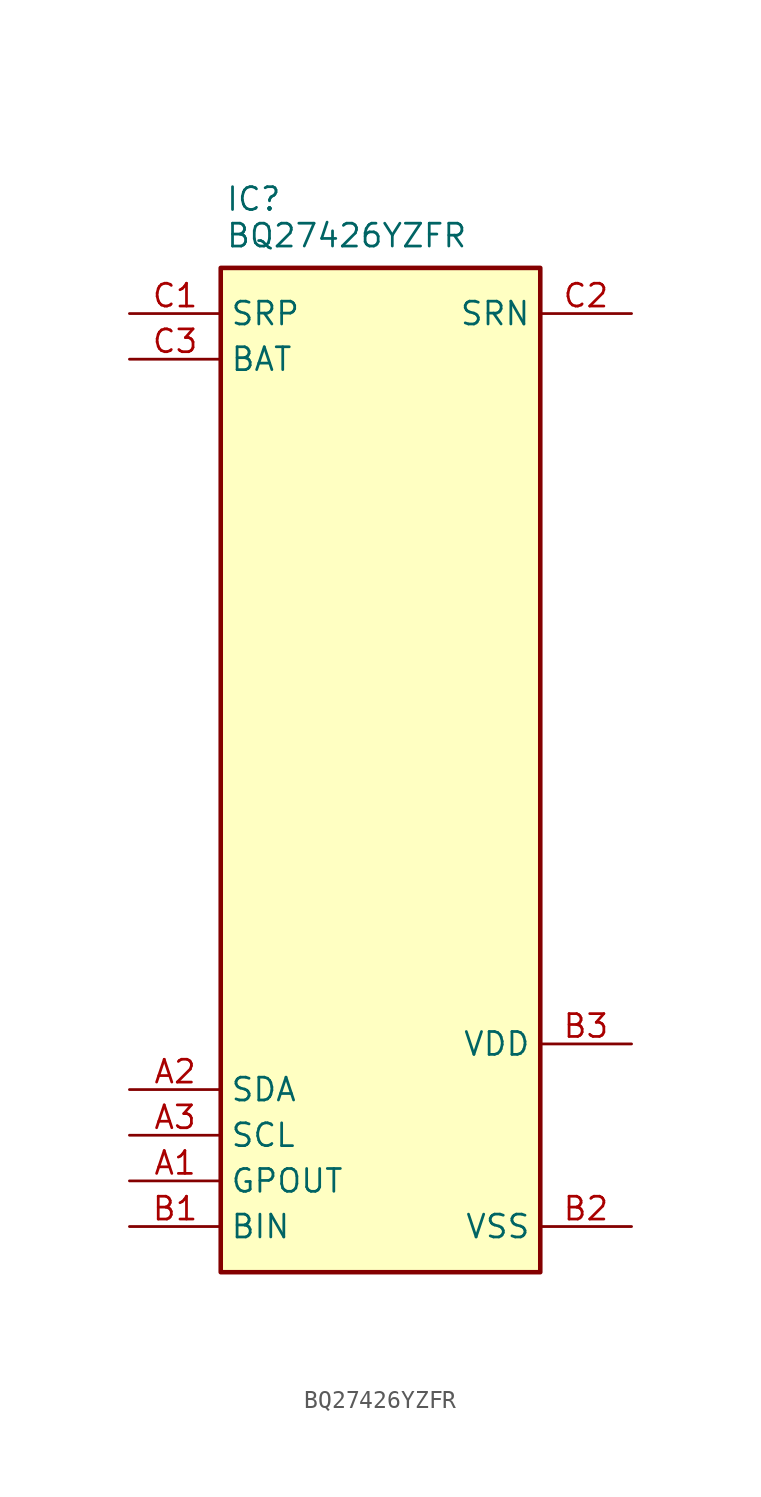
<source format=kicad_sym>
(kicad_symbol_lib
  (version 20241209)
  (generator "kicad_symbol_editor")
  (generator_version "9.0")
  (symbol "BQ27426YZFR"
    (property "Reference" "IC"
      (at 0.254 4.572 0)
      (effects (font (size 1.27 1.27)) (justify left top)))
    (property "Value" "BQ27426YZFR"
      (at 0.254 2.54 0)
      (effects (font (size 1.27 1.27)) (justify left top)))
    (symbol "BQ27426YZFR_1_1"
      (rectangle (start 0 0) (end 17.78 -55.88) (stroke (width 0.254) (type default)) (fill (type background)))
      (pin passive line (at -5.08 -2.54 0) (length 5.08) (name "SRP" (effects (font (size 1.27 1.27)))) (number "C1" (effects (font (size 1.27 1.27)))))
      (pin passive line (at -5.08 -5.08 0) (length 5.08) (name "BAT" (effects (font (size 1.27 1.27)))) (number "C3" (effects (font (size 1.27 1.27)))))
      (pin passive line (at -5.08 -45.72 0) (length 5.08) (name "SDA" (effects (font (size 1.27 1.27)))) (number "A2" (effects (font (size 1.27 1.27)))))
      (pin passive line (at -5.08 -48.26 0) (length 5.08) (name "SCL" (effects (font (size 1.27 1.27)))) (number "A3" (effects (font (size 1.27 1.27)))))
      (pin passive line (at -5.08 -50.8 0) (length 5.08) (name "GPOUT" (effects (font (size 1.27 1.27)))) (number "A1" (effects (font (size 1.27 1.27)))))
      (pin passive line (at -5.08 -53.34 0) (length 5.08) (name "BIN" (effects (font (size 1.27 1.27)))) (number "B1" (effects (font (size 1.27 1.27)))))
      (pin passive line (at 22.86 -2.54 180) (length 5.08) (name "SRN" (effects (font (size 1.27 1.27)))) (number "C2" (effects (font (size 1.27 1.27)))))
      (pin passive line (at 22.86 -43.18 180) (length 5.08) (name "VDD" (effects (font (size 1.27 1.27)))) (number "B3" (effects (font (size 1.27 1.27)))))
      (pin passive line (at 22.86 -53.34 180) (length 5.08) (name "VSS" (effects (font (size 1.27 1.27)))) (number "B2" (effects (font (size 1.27 1.27))))))))
</source>
